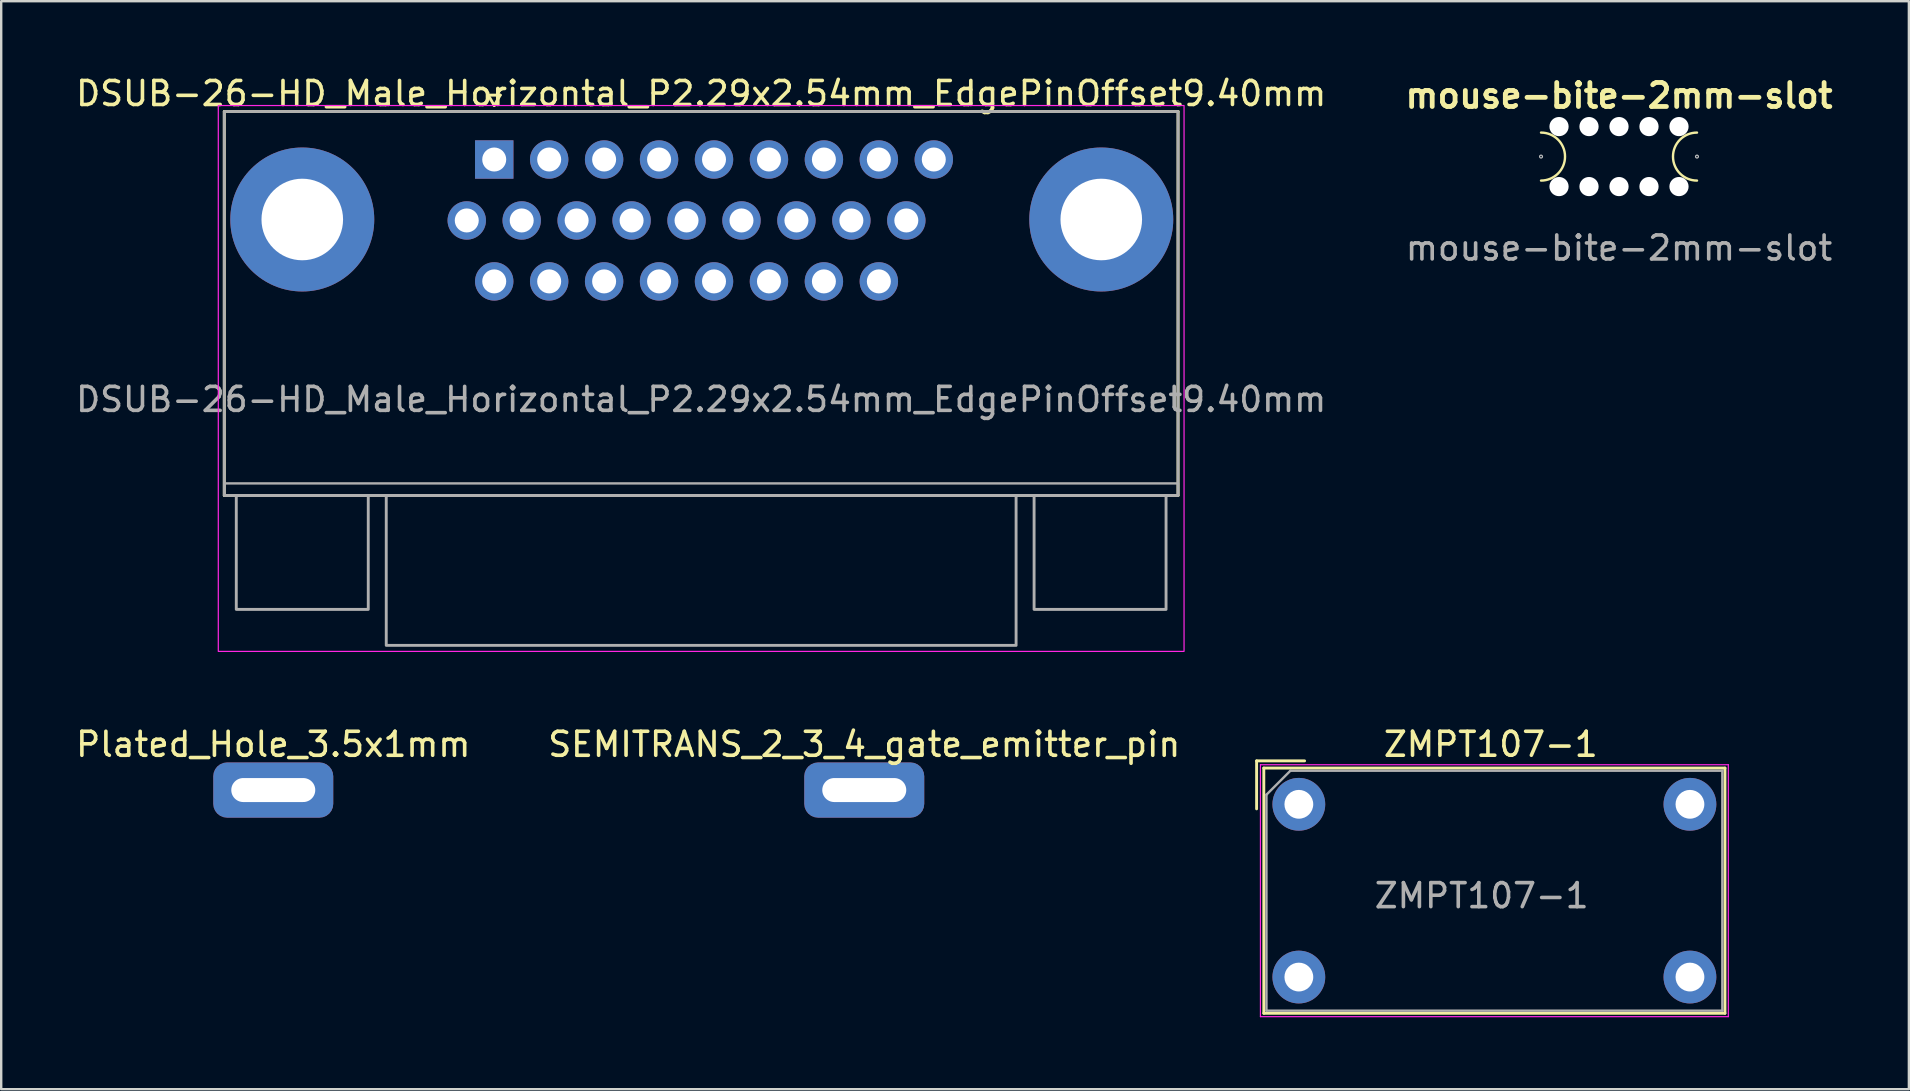
<source format=kicad_pcb>
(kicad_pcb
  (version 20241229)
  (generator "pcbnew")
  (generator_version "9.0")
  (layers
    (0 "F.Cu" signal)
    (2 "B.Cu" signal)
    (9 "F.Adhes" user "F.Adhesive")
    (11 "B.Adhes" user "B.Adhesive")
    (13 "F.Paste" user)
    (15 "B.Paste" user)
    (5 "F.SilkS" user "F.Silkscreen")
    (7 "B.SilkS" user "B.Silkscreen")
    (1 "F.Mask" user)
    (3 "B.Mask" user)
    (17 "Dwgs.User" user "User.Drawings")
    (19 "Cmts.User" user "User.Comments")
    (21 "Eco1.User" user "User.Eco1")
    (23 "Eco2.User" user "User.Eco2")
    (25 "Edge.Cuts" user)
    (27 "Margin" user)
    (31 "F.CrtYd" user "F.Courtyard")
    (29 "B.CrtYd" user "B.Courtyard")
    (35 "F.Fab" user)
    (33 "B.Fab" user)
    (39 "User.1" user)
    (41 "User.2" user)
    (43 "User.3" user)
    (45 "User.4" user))
  (footprint "DSUB-26-HD_Male_Horizontal_P2.29x2.54mm_EdgePinOffset9.40mm"
    (layer "F.Cu")
    (at 17.548 3.598)
    (property "Reference" "DSUB-26-HD_Male_Horizontal_P2.29x2.54mm_EdgePinOffset9.40mm" (at 8.625 -2.75 0) (layer "F.SilkS") (effects (font (size 1 1) (thickness 0.15))))
    (attr through_hole)
    (fp_line (start -11.25 -2) (end -11.25 14) (stroke (width 0.12) (type solid)) (layer "F.SilkS"))
    (fp_line (start -11.25 -2) (end 28.5 -2) (stroke (width 0.12) (type solid)) (layer "F.SilkS"))
    (fp_line (start -11.25 14) (end 28.5 14) (stroke (width 0.12) (type solid)) (layer "F.SilkS"))
    (fp_line (start -0.25 -2.683) (end 0.25 -2.683) (stroke (width 0.12) (type solid)) (layer "F.SilkS"))
    (fp_line (start 0 -2.25) (end -0.25 -2.683) (stroke (width 0.12) (type solid)) (layer "F.SilkS"))
    (fp_line (start 0.25 -2.683) (end 0 -2.25) (stroke (width 0.12) (type solid)) (layer "F.SilkS"))
    (fp_line (start 28.5 -2) (end 28.5 14) (stroke (width 0.12) (type solid)) (layer "F.SilkS"))
    (fp_rect (start -11.5 -2.25) (end 28.75 20.5) (stroke (width 0.05) (type default)) (fill no) (layer "F.CrtYd"))
    (fp_rect (start -11.25 -2) (end 28.5 14) (stroke (width 0.12) (type default)) (fill no) (layer "F.Fab"))
    (fp_rect (start -11.25 13.5) (end 28.5 14) (stroke (width 0.1) (type default)) (fill no) (layer "F.Fab"))
    (fp_rect (start -10.75 14) (end -5.25 18.75) (stroke (width 0.12) (type default)) (fill no) (layer "F.Fab"))
    (fp_rect (start -4.5 14) (end 21.75 20.25) (stroke (width 0.12) (type default)) (fill no) (layer "F.Fab"))
    (fp_rect (start 22.5 14) (end 28 18.75) (stroke (width 0.12) (type default)) (fill no) (layer "F.Fab"))
    (fp_text user "${REFERENCE}" (at 8.625 10 0) (layer "F.Fab") (effects (font (size 1 1) (thickness 0.15))))
    (pad "1" thru_hole rect (at 0 0) (size 1.6 1.6) (drill 1) (layers "*.Cu" "*.Mask"))
    (pad "2" thru_hole circle (at 2.29 0) (size 1.6 1.6) (drill 1) (layers "*.Cu" "*.Mask"))
    (pad "3" thru_hole circle (at 4.58 0) (size 1.6 1.6) (drill 1) (layers "*.Cu" "*.Mask"))
    (pad "4" thru_hole circle (at 6.87 0) (size 1.6 1.6) (drill 1) (layers "*.Cu" "*.Mask"))
    (pad "5" thru_hole circle (at 9.16 0) (size 1.6 1.6) (drill 1) (layers "*.Cu" "*.Mask"))
    (pad "6" thru_hole circle (at 11.45 0) (size 1.6 1.6) (drill 1) (layers "*.Cu" "*.Mask"))
    (pad "7" thru_hole circle (at 13.74 0) (size 1.6 1.6) (drill 1) (layers "*.Cu" "*.Mask"))
    (pad "8" thru_hole circle (at 16.03 0) (size 1.6 1.6) (drill 1) (layers "*.Cu" "*.Mask"))
    (pad "9" thru_hole circle (at 18.32 0) (size 1.6 1.6) (drill 1) (layers "*.Cu" "*.Mask"))
    (pad "10" thru_hole circle (at -1.145 2.54) (size 1.6 1.6) (drill 1) (layers "*.Cu" "*.Mask"))
    (pad "11" thru_hole circle (at 1.145 2.54) (size 1.6 1.6) (drill 1) (layers "*.Cu" "*.Mask"))
    (pad "12" thru_hole circle (at 3.435 2.54) (size 1.6 1.6) (drill 1) (layers "*.Cu" "*.Mask"))
    (pad "13" thru_hole circle (at 5.725 2.54) (size 1.6 1.6) (drill 1) (layers "*.Cu" "*.Mask"))
    (pad "14" thru_hole circle (at 8.015 2.54) (size 1.6 1.6) (drill 1) (layers "*.Cu" "*.Mask"))
    (pad "15" thru_hole circle (at 10.305 2.54) (size 1.6 1.6) (drill 1) (layers "*.Cu" "*.Mask"))
    (pad "16" thru_hole circle (at 12.595 2.54) (size 1.6 1.6) (drill 1) (layers "*.Cu" "*.Mask"))
    (pad "17" thru_hole circle (at 14.885 2.54) (size 1.6 1.6) (drill 1) (layers "*.Cu" "*.Mask"))
    (pad "18" thru_hole circle (at 17.175 2.54) (size 1.6 1.6) (drill 1) (layers "*.Cu" "*.Mask"))
    (pad "19" thru_hole circle (at 0 5.08) (size 1.6 1.6) (drill 1) (layers "*.Cu" "*.Mask"))
    (pad "20" thru_hole circle (at 2.29 5.08) (size 1.6 1.6) (drill 1) (layers "*.Cu" "*.Mask"))
    (pad "21" thru_hole circle (at 4.58 5.08) (size 1.6 1.6) (drill 1) (layers "*.Cu" "*.Mask"))
    (pad "22" thru_hole circle (at 6.87 5.08) (size 1.6 1.6) (drill 1) (layers "*.Cu" "*.Mask"))
    (pad "23" thru_hole circle (at 9.16 5.08) (size 1.6 1.6) (drill 1) (layers "*.Cu" "*.Mask"))
    (pad "24" thru_hole circle (at 11.45 5.08) (size 1.6 1.6) (drill 1) (layers "*.Cu" "*.Mask"))
    (pad "25" thru_hole circle (at 13.74 5.08) (size 1.6 1.6) (drill 1) (layers "*.Cu" "*.Mask"))
    (pad "26" thru_hole circle (at 16.03 5.08) (size 1.6 1.6) (drill 1) (layers "*.Cu" "*.Mask"))
    (pad "MP" thru_hole circle (at -8 2.5) (size 6 6) (drill 3.4) (layers "*.Cu" "*.Mask"))
    (pad "MP" thru_hole circle (at 25.3 2.5) (size 6 6) (drill 3.4) (layers "*.Cu" "*.Mask")))
  (footprint "mouse-bite-2mm-slot"
    (layer "F.Cu")
    (at 64.426 3.476)
    (property "Reference" "mouse-bite-2mm-slot" (at 0 -2.54 0) (layer "F.SilkS") (effects (font (size 1 1) (thickness 0.2))))
    (attr exclude_from_pos_files exclude_from_bom)
    (fp_arc (start -3.25 -1) (mid -2.25 0) (end -3.25 1) (stroke (width 0.1) (type solid)) (layer "F.SilkS"))
    (fp_arc (start 3.25 1) (mid 2.25 0) (end 3.25 -1) (stroke (width 0.1) (type solid)) (layer "F.SilkS"))
    (fp_circle (center -3.25 0) (end -3.25 -0.06) (stroke (width 0.05) (type solid)) (fill no) (layer "Dwgs.User"))
    (fp_circle (center 3.25 0) (end 3.31 0) (stroke (width 0.05) (type solid)) (fill no) (layer "Dwgs.User"))
    (fp_line (start -3.25 0) (end -3.25 0) (stroke (width 2) (type solid)) (layer "Eco1.User"))
    (fp_line (start 3.25 0) (end 3.25 0) (stroke (width 2) (type solid)) (layer "Eco1.User"))
    (fp_text user "${REFERENCE}" (at 0 3.81 0) (layer "F.Fab") (effects (font (size 1 1) (thickness 0.15))))
    (pad "" np_thru_hole circle (at -2.5 -1.25) (size 0.8 0.8) (drill 0.8) (layers "*.Cu" "*.Mask"))
    (pad "" np_thru_hole circle (at -2.5 1.25) (size 0.8 0.8) (drill 0.8) (layers "*.Cu" "*.Mask"))
    (pad "" np_thru_hole circle (at -1.25 -1.25) (size 0.8 0.8) (drill 0.8) (layers "*.Cu" "*.Mask"))
    (pad "" np_thru_hole circle (at -1.25 1.25) (size 0.8 0.8) (drill 0.8) (layers "*.Cu" "*.Mask"))
    (pad "" np_thru_hole circle (at 0 -1.25) (size 0.8 0.8) (drill 0.8) (layers "*.Cu" "*.Mask"))
    (pad "" np_thru_hole circle (at 0 1.25) (size 0.8 0.8) (drill 0.8) (layers "*.Cu" "*.Mask"))
    (pad "" np_thru_hole circle (at 1.25 -1.25) (size 0.8 0.8) (drill 0.8) (layers "*.Cu" "*.Mask"))
    (pad "" np_thru_hole circle (at 1.25 1.25) (size 0.8 0.8) (drill 0.8) (layers "*.Cu" "*.Mask"))
    (pad "" np_thru_hole circle (at 2.5 -1.25) (size 0.8 0.8) (drill 0.8) (layers "*.Cu" "*.Mask"))
    (pad "" np_thru_hole circle (at 2.5 1.25) (size 0.8 0.8) (drill 0.8) (layers "*.Cu" "*.Mask")))
  (footprint "ZMPT107-1"
    (layer "F.Cu")
    (at 51.082 30.471)
    (property "Reference" "ZMPT107-1" (at 8 -2.5 0) (layer "F.SilkS") (effects (font (size 1 1) (thickness 0.15))))
    (attr through_hole)
    (fp_line (start -1.76 -1.81) (end -1.76 0.19) (stroke (width 0.12) (type solid)) (layer "F.SilkS"))
    (fp_line (start -1.76 -1.81) (end 0.24 -1.81) (stroke (width 0.12) (type solid)) (layer "F.SilkS"))
    (fp_line (start -1.46 -1.51) (end -1.46 8.71) (stroke (width 0.12) (type solid)) (layer "F.SilkS"))
    (fp_line (start -1.46 -1.51) (end 17.76 -1.51) (stroke (width 0.12) (type solid)) (layer "F.SilkS"))
    (fp_line (start -1.46 8.71) (end 17.76 8.71) (stroke (width 0.12) (type solid)) (layer "F.SilkS"))
    (fp_line (start 17.76 -1.51) (end 17.76 8.71) (stroke (width 0.12) (type solid)) (layer "F.SilkS"))
    (fp_line (start -1.6 -1.65) (end -1.6 8.85) (stroke (width 0.05) (type solid)) (layer "F.CrtYd"))
    (fp_line (start -1.6 -1.65) (end 17.9 -1.65) (stroke (width 0.05) (type solid)) (layer "F.CrtYd"))
    (fp_line (start -1.6 8.85) (end 17.9 8.85) (stroke (width 0.05) (type solid)) (layer "F.CrtYd"))
    (fp_line (start 17.9 -1.65) (end 17.9 8.85) (stroke (width 0.05) (type solid)) (layer "F.CrtYd"))
    (fp_line (start -1.35 -0.4) (end -1.35 8.6) (stroke (width 0.1) (type solid)) (layer "F.Fab"))
    (fp_line (start -1.35 -0.4) (end -0.35 -1.4) (stroke (width 0.1) (type solid)) (layer "F.Fab"))
    (fp_line (start -1.35 8.6) (end 17.65 8.6) (stroke (width 0.1) (type solid)) (layer "F.Fab"))
    (fp_line (start -0.35 -1.4) (end 17.65 -1.4) (stroke (width 0.1) (type solid)) (layer "F.Fab"))
    (fp_line (start 17.65 -1.4) (end 17.65 8.6) (stroke (width 0.1) (type solid)) (layer "F.Fab"))
    (fp_text user "${REFERENCE}" (at 7.62 3.81 0) (layer "F.Fab") (effects (font (size 1 1) (thickness 0.15))))
    (pad "1" thru_hole circle (at 0 0) (size 2.2 2.2) (drill 1.2) (layers "*.Cu" "*.Mask"))
    (pad "2" thru_hole circle (at 0 7.2) (size 2.2 2.2) (drill 1.2) (layers "*.Cu" "*.Mask"))
    (pad "3" thru_hole circle (at 16.3 0) (size 2.2 2.2) (drill 1.2) (layers "*.Cu" "*.Mask"))
    (pad "4" thru_hole circle (at 16.3 7.2) (size 2.2 2.2) (drill 1.2) (layers "*.Cu" "*.Mask")))
  (footprint "SEMITRANS_2_3_4_gate_emitter_pin"
    (layer "F.Cu")
    (at 32.97 29.877)
    (property "Reference" "SEMITRANS_2_3_4_gate_emitter_pin" (at 0 -1.905 0) (unlocked yes) (layer "F.SilkS") (effects (font (size 1 1) (thickness 0.15))))
    (attr through_hole exclude_from_pos_files exclude_from_bom)
    (pad "1" thru_hole roundrect (at 0 0) (size 5 2.3) (drill oval 3.5 1) (layers "*.Cu" "*.Mask") (roundrect_rratio 0.25)))
  (footprint "Plated_Hole_3.5x1mm"
    (layer "F.Cu")
    (at 8.339 29.877)
    (property "Reference" "Plated_Hole_3.5x1mm" (at 0 -1.905 0) (unlocked yes) (layer "F.SilkS") (effects (font (size 1 1) (thickness 0.15))))
    (attr through_hole exclude_from_pos_files exclude_from_bom)
    (pad "1" thru_hole roundrect (at 0 0) (size 5 2.3) (drill oval 3.5 1) (layers "*.Cu" "*.Mask") (roundrect_rratio 0.25)))
  (gr_rect
    (start -3 -3)
    (end 76.507 42.346)
    (stroke (width 0.1) (type default))
    (fill no)
    (layer "Edge.Cuts")))
</source>
